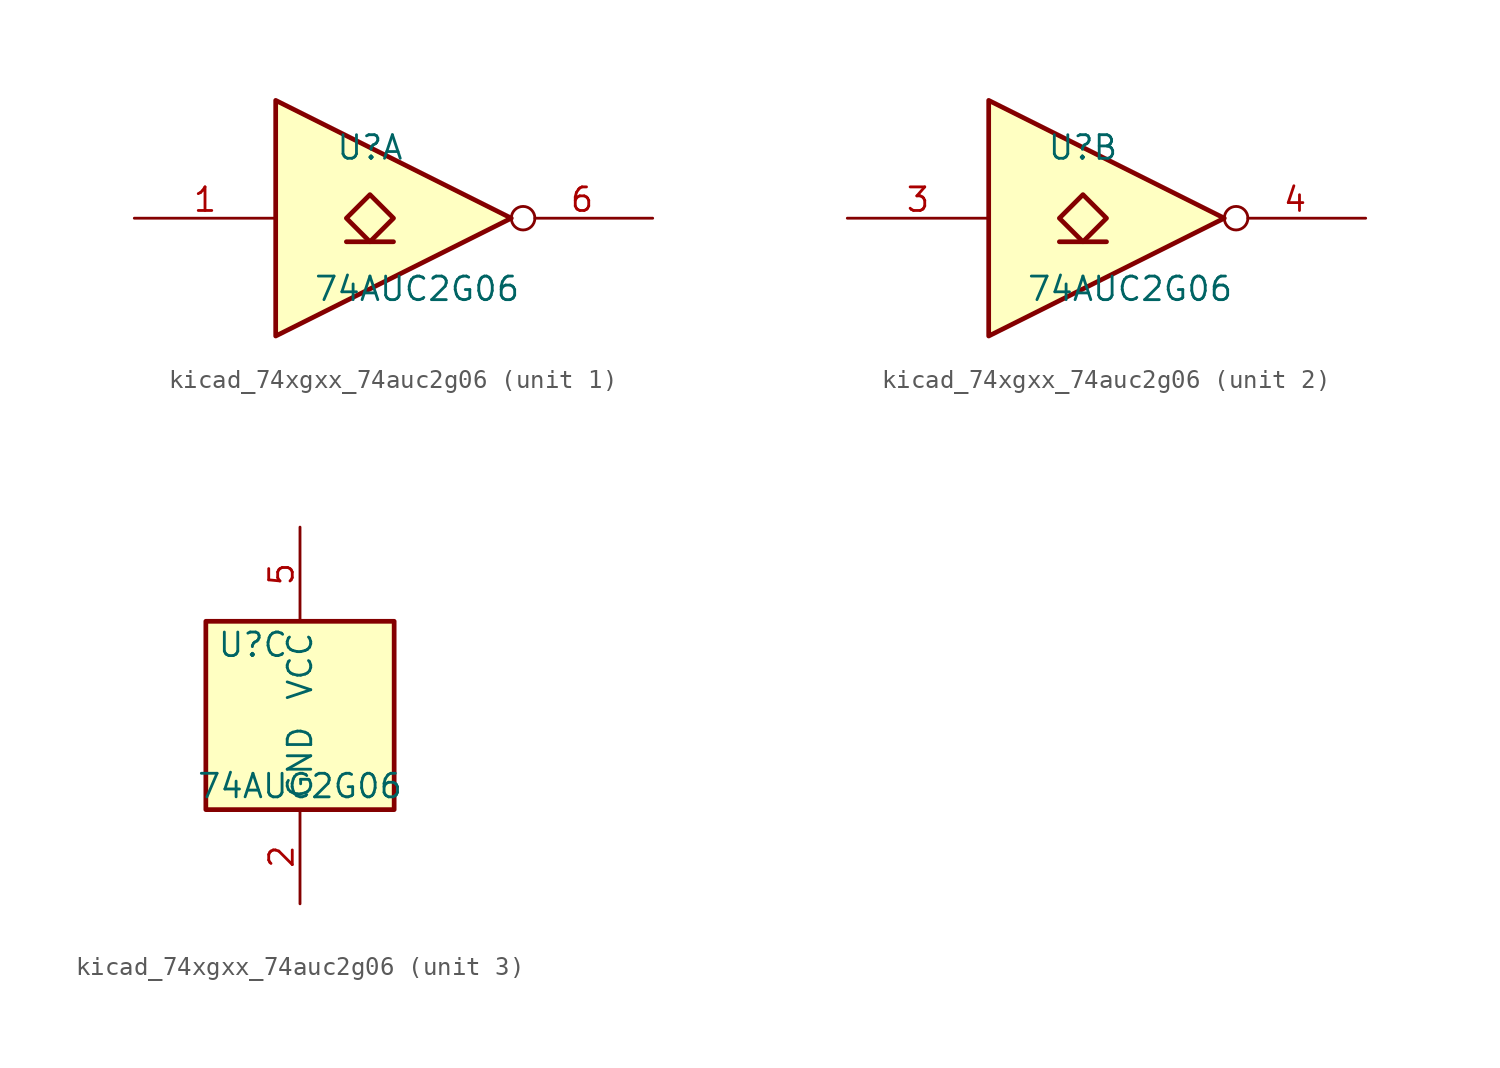
<source format=kicad_sym>
(kicad_symbol_lib
  (version 20220914)
  (generator kicad_symbol_editor)
  (symbol "kicad_74xgxx_74auc2g06"
    (property "Reference" "U"
      (at -2.54 3.81 0)
      (effects (font (size 1.27 1.27))))
    (property "Value" "74AUC2G06"
      (at 0 -3.81 0)
      (effects (font (size 1.27 1.27))))
    (symbol "kicad_74xgxx_74auc2g06_1_1"
      (polyline (pts (xy -3.81 -1.27) (xy -1.27 -1.27)) (stroke (width 0.254) (type default)) (fill (type background)))
      (polyline (pts (xy -7.62 6.35) (xy -7.62 -6.35) (xy 5.08 0) (xy -7.62 6.35)) (stroke (width 0.254) (type default)) (fill (type background)))
      (polyline (pts (xy -2.54 1.27) (xy -3.81 0) (xy -2.54 -1.27) (xy -1.27 0) (xy -2.54 1.27)) (stroke (width 0.254) (type default)) (fill (type background)))
      (pin input line (at -15.24 0 0) (length 7.62) (name "~" (effects (font (size 1.27 1.27)))) (number "1" (effects (font (size 1.27 1.27)))))
      (pin open_collector inverted (at 12.7 0 180) (length 7.62) (name "~" (effects (font (size 1.27 1.27)))) (number "6" (effects (font (size 1.27 1.27))))))
    (symbol "kicad_74xgxx_74auc2g06_2_1"
      (polyline (pts (xy -3.81 -1.27) (xy -1.27 -1.27)) (stroke (width 0.254) (type default)) (fill (type background)))
      (polyline (pts (xy -7.62 6.35) (xy -7.62 -6.35) (xy 5.08 0) (xy -7.62 6.35)) (stroke (width 0.254) (type default)) (fill (type background)))
      (polyline (pts (xy -2.54 1.27) (xy -3.81 0) (xy -2.54 -1.27) (xy -1.27 0) (xy -2.54 1.27)) (stroke (width 0.254) (type default)) (fill (type background)))
      (pin input line (at -15.24 0 0) (length 7.62) (name "~" (effects (font (size 1.27 1.27)))) (number "3" (effects (font (size 1.27 1.27)))))
      (pin open_collector inverted (at 12.7 0 180) (length 7.62) (name "~" (effects (font (size 1.27 1.27)))) (number "4" (effects (font (size 1.27 1.27))))))
    (symbol "kicad_74xgxx_74auc2g06_3_0"
      (rectangle (start -5.08 -5.08) (end 5.08 5.08) (stroke (width 0.254) (type default)) (fill (type background))))
    (symbol "kicad_74xgxx_74auc2g06_3_1"
      (pin power_in line (at 0 -10.16 90) (length 5.08) (name "GND" (effects (font (size 1.27 1.27)))) (number "2" (effects (font (size 1.27 1.27)))))
      (pin power_in line (at 0 10.16 270) (length 5.08) (name "VCC" (effects (font (size 1.27 1.27)))) (number "5" (effects (font (size 1.27 1.27))))))))
</source>
